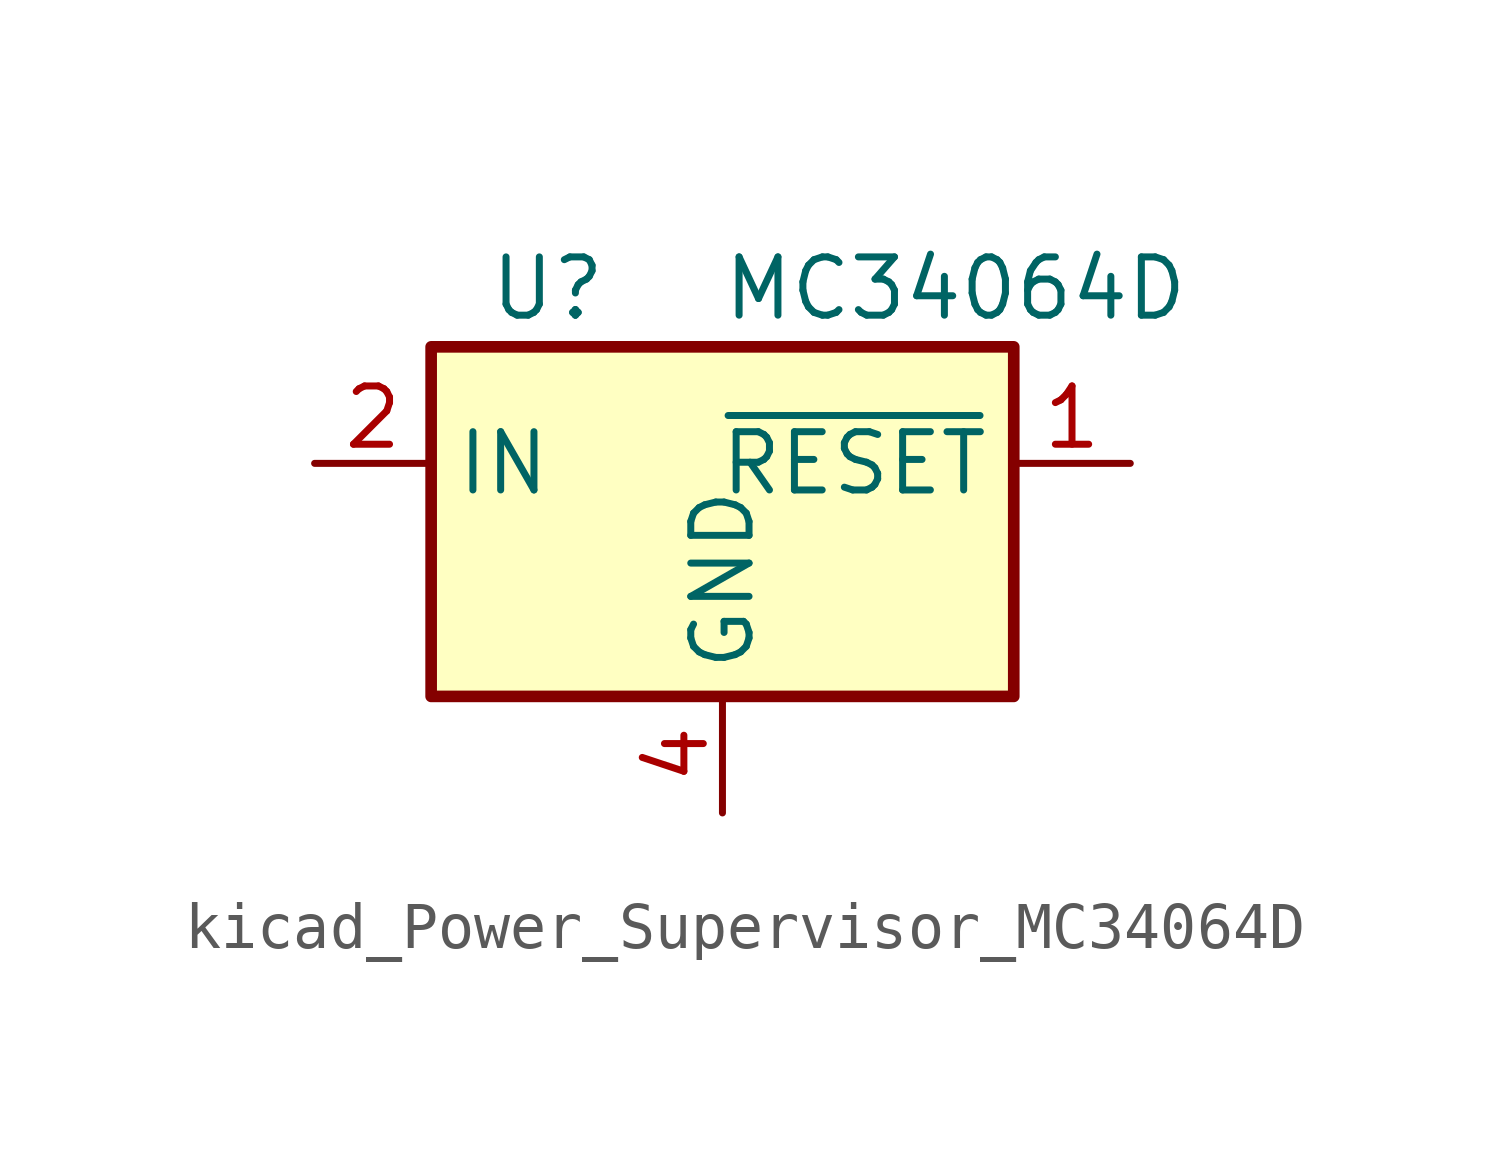
<source format=kicad_sym>
(kicad_symbol_lib
  (version 20220914)
  (generator kicad_symbol_editor)
  (symbol "kicad_Power_Supervisor_MC34064D"
    (property "Reference" "U"
      (at -3.81 5.08 0)
      (effects (font (size 1.27 1.27))))
    (property "Value" "MC34064D"
      (at 5.08 5.08 0)
      (effects (font (size 1.27 1.27))))
    (symbol "kicad_Power_Supervisor_MC34064D_0_1"
      (rectangle (start -6.35 -3.81) (end 6.35 3.81) (stroke (width 0.254) (type default)) (fill (type background))))
    (symbol "kicad_Power_Supervisor_MC34064D_1_1"
      (pin open_collector line (at 8.89 1.27 180) (length 2.54) (name "~{RESET}" (effects (font (size 1.27 1.27)))) (number "1" (effects (font (size 1.27 1.27)))))
      (pin input line (at -8.89 1.27 0) (length 2.54) (name "IN" (effects (font (size 1.27 1.27)))) (number "2" (effects (font (size 1.27 1.27)))))
      (pin no_connect line (at 6.35 -2.54 180) (length 2.54) hide (name "NC" (effects (font (size 1.27 1.27)))) (number "3" (effects (font (size 1.27 1.27)))))
      (pin power_in line (at 0 -6.35 90) (length 2.54) (name "GND" (effects (font (size 1.27 1.27)))) (number "4" (effects (font (size 1.27 1.27)))))
      (pin no_connect line (at 0 3.81 270) (length 2.54) hide (name "NC" (effects (font (size 1.27 1.27)))) (number "5" (effects (font (size 1.27 1.27)))))
      (pin no_connect line (at 2.54 3.81 270) (length 2.54) hide (name "NC" (effects (font (size 1.27 1.27)))) (number "6" (effects (font (size 1.27 1.27)))))
      (pin no_connect line (at -6.35 -2.54 0) (length 2.54) hide (name "NC" (effects (font (size 1.27 1.27)))) (number "7" (effects (font (size 1.27 1.27)))))
      (pin no_connect line (at -2.54 3.81 270) (length 2.54) hide (name "NC" (effects (font (size 1.27 1.27)))) (number "8" (effects (font (size 1.27 1.27))))))))
</source>
